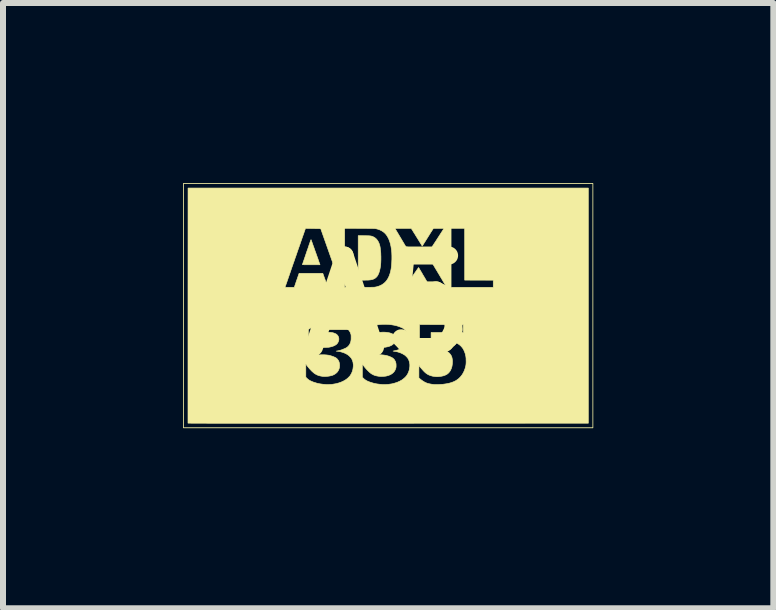
<source format=kicad_pcb>
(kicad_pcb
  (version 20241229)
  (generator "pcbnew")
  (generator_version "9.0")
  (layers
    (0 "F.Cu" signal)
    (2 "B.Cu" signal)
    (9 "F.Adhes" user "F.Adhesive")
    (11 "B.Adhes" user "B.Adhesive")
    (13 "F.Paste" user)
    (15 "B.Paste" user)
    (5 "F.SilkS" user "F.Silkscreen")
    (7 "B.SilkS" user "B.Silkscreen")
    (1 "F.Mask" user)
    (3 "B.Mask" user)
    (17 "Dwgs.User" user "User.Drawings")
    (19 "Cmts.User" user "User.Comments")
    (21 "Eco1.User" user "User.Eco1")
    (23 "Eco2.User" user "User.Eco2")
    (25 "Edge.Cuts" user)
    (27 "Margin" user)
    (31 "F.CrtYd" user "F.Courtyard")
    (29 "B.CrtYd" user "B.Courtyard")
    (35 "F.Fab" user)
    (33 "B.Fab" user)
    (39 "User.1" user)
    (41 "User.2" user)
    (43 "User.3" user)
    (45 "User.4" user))
  (footprint "A5"
    (layer "F.Cu")
    (at 3.416 2.042)
    (property "Reference" "A5" (at 0 0 0) (layer "F.SilkS") (effects (font (size 1.524 1.524) (thickness 0.3))))
    (attr through_hole)
    (fp_poly (pts (xy 3.413 2.037) (xy -3.411 2.037) (xy -3.411 -2.034) (xy -3.408 -2.034) (xy -3.408 2.034) (xy 3.411 2.034) (xy 3.411 -2.034) (xy -3.408 -2.034) (xy -3.411 -2.034) (xy -3.411 -2.037) (xy 3.413 -2.037) (xy 3.413 2.037)) (stroke (width 0.01) (type solid)) (fill yes) (layer "F.SilkS"))
    (fp_poly (pts (xy -1.283 -1.097) (xy -1.28 -1.09) (xy -1.277 -1.079) (xy -1.271 -1.065) (xy -1.265 -1.048) (xy -1.258 -1.028) (xy -1.25 -1.005) (xy -1.241 -0.981) (xy -1.232 -0.956) (xy -1.223 -0.929) (xy -1.213 -0.902) (xy -1.203 -0.875) (xy -1.194 -0.848) (xy -1.184 -0.821) (xy -1.175 -0.796) (xy -1.167 -0.773) (xy -1.159 -0.751) (xy -1.153 -0.732) (xy -1.147 -0.715) (xy -1.142 -0.702) (xy -1.139 -0.693) (xy -1.137 -0.687) (xy -1.137 -0.686) (xy -1.135 -0.681) (xy -1.281 -0.681) (xy -1.313 -0.681) (xy -1.34 -0.681) (xy -1.363 -0.681) (xy -1.381 -0.681) (xy -1.396 -0.681) (xy -1.408 -0.682) (xy -1.416 -0.682) (xy -1.422 -0.682) (xy -1.426 -0.683) (xy -1.427 -0.684) (xy -1.427 -0.684) (xy -1.427 -0.687) (xy -1.424 -0.694) (xy -1.421 -0.705) (xy -1.416 -0.719) (xy -1.41 -0.737) (xy -1.403 -0.757) (xy -1.395 -0.78) (xy -1.387 -0.804) (xy -1.378 -0.83) (xy -1.369 -0.857) (xy -1.36 -0.884) (xy -1.351 -0.911) (xy -1.341 -0.938) (xy -1.332 -0.964) (xy -1.324 -0.989) (xy -1.316 -1.013) (xy -1.308 -1.034) (xy -1.302 -1.053) (xy -1.296 -1.069) (xy -1.292 -1.081) (xy -1.289 -1.09) (xy -1.287 -1.094) (xy -1.285 -1.098) (xy -1.284 -1.099) (xy -1.283 -1.097)) (stroke (width 0.01) (type solid)) (fill yes) (layer "F.SilkS"))
    (fp_poly (pts (xy -0.399 -1.165) (xy -0.372 -1.165) (xy -0.348 -1.164) (xy -0.329 -1.164) (xy -0.313 -1.163) (xy -0.299 -1.162) (xy -0.288 -1.16) (xy -0.278 -1.158) (xy -0.269 -1.156) (xy -0.26 -1.152) (xy -0.25 -1.148) (xy -0.24 -1.143) (xy -0.239 -1.143) (xy -0.217 -1.129) (xy -0.196 -1.111) (xy -0.178 -1.089) (xy -0.162 -1.063) (xy -0.149 -1.034) (xy -0.139 -1.002) (xy -0.133 -0.976) (xy -0.129 -0.944) (xy -0.125 -0.911) (xy -0.122 -0.875) (xy -0.121 -0.836) (xy -0.12 -0.82) (xy -0.12 -0.764) (xy -0.122 -0.712) (xy -0.126 -0.664) (xy -0.133 -0.621) (xy -0.142 -0.582) (xy -0.153 -0.546) (xy -0.167 -0.515) (xy -0.168 -0.512) (xy -0.181 -0.491) (xy -0.198 -0.472) (xy -0.217 -0.456) (xy -0.234 -0.447) (xy -0.251 -0.439) (xy -0.269 -0.434) (xy -0.289 -0.43) (xy -0.313 -0.427) (xy -0.316 -0.427) (xy -0.325 -0.426) (xy -0.338 -0.425) (xy -0.353 -0.425) (xy -0.37 -0.425) (xy -0.389 -0.424) (xy -0.408 -0.424) (xy -0.427 -0.424) (xy -0.444 -0.424) (xy -0.461 -0.424) (xy -0.475 -0.425) (xy -0.486 -0.425) (xy -0.493 -0.425) (xy -0.496 -0.426) (xy -0.496 -0.429) (xy -0.496 -0.436) (xy -0.497 -0.448) (xy -0.497 -0.464) (xy -0.497 -0.484) (xy -0.497 -0.508) (xy -0.497 -0.535) (xy -0.497 -0.566) (xy -0.498 -0.599) (xy -0.498 -0.635) (xy -0.498 -0.672) (xy -0.498 -0.712) (xy -0.498 -0.754) (xy -0.498 -0.797) (xy -0.498 -1.166) (xy -0.399 -1.165)) (stroke (width 0.01) (type solid)) (fill yes) (layer "F.SilkS"))
    (fp_poly (pts (xy 3.336 1.959) (xy 0.002 1.96) (xy -0.16 1.96) (xy -0.317 1.96) (xy -0.47 1.96) (xy -0.617 1.96) (xy -0.759 1.96) (xy -0.897 1.96) (xy -1.03 1.96) (xy -1.159 1.96) (xy -1.283 1.96) (xy -1.402 1.96) (xy -1.517 1.96) (xy -1.628 1.96) (xy -1.735 1.96) (xy -1.837 1.96) (xy -1.936 1.96) (xy -2.03 1.96) (xy -2.12 1.96) (xy -2.207 1.96) (xy -2.289 1.96) (xy -2.368 1.96) (xy -2.443 1.96) (xy -2.515 1.96) (xy -2.583 1.96) (xy -2.647 1.96) (xy -2.708 1.96) (xy -2.766 1.96) (xy -2.821 1.96) (xy -2.872 1.96) (xy -2.92 1.96) (xy -2.965 1.96) (xy -3.007 1.96) (xy -3.047 1.959) (xy -3.083 1.959) (xy -3.116 1.959) (xy -3.147 1.959) (xy -3.175 1.959) (xy -3.201 1.959) (xy -3.224 1.959) (xy -3.245 1.959) (xy -3.263 1.959) (xy -3.279 1.959) (xy -3.293 1.958) (xy -3.305 1.958) (xy -3.314 1.958) (xy -3.322 1.958) (xy -3.328 1.958) (xy -3.331 1.958) (xy -3.333 1.958) (xy -3.334 1.958) (xy -3.334 1.955) (xy -3.334 1.947) (xy -3.334 1.935) (xy -3.334 1.918) (xy -3.334 1.896) (xy -3.334 1.87) (xy -3.334 1.839) (xy -3.334 1.804) (xy -3.334 1.765) (xy -3.334 1.722) (xy -3.334 1.676) (xy -3.334 1.625) (xy -3.334 1.571) (xy -3.334 1.514) (xy -3.334 1.453) (xy -3.334 1.389) (xy -3.334 1.321) (xy -3.334 1.251) (xy -3.334 1.178) (xy -3.334 1.102) (xy -3.334 1.081) (xy -1.371 1.081) (xy -1.371 1.192) (xy -1.352 1.211) (xy -1.338 1.224) (xy -1.323 1.236) (xy -1.307 1.246) (xy -1.289 1.255) (xy -1.269 1.264) (xy -1.244 1.274) (xy -1.228 1.279) (xy -1.183 1.293) (xy -1.135 1.303) (xy -1.085 1.31) (xy -1.035 1.314) (xy -0.986 1.314) (xy -0.938 1.312) (xy -0.919 1.309) (xy -0.871 1.301) (xy -0.825 1.289) (xy -0.782 1.274) (xy -0.743 1.256) (xy -0.707 1.235) (xy -0.707 1.235) (xy -0.693 1.225) (xy -0.678 1.213) (xy -0.663 1.2) (xy -0.65 1.186) (xy -0.638 1.174) (xy -0.63 1.163) (xy -0.611 1.131) (xy -0.596 1.096) (xy -0.586 1.058) (xy -0.581 1.019) (xy -0.58 1.008) (xy -0.58 0.975) (xy -0.581 0.97) (xy -0.429 0.97) (xy -0.429 1.192) (xy -0.415 1.207) (xy -0.399 1.222) (xy -0.383 1.235) (xy -0.365 1.246) (xy -0.345 1.257) (xy -0.321 1.267) (xy -0.294 1.277) (xy -0.284 1.28) (xy -0.237 1.294) (xy -0.187 1.304) (xy -0.133 1.311) (xy -0.098 1.314) (xy -0.086 1.314) (xy -0.07 1.314) (xy -0.053 1.314) (xy -0.034 1.314) (xy -0.016 1.313) (xy 0.001 1.312) (xy 0.014 1.311) (xy 0.015 1.31) (xy 0.064 1.303) (xy 0.11 1.291) (xy 0.153 1.277) (xy 0.193 1.259) (xy 0.229 1.239) (xy 0.261 1.215) (xy 0.274 1.203) (xy 0.513 1.203) (xy 0.529 1.218) (xy 0.542 1.229) (xy 0.558 1.241) (xy 0.575 1.253) (xy 0.594 1.265) (xy 0.611 1.275) (xy 0.625 1.282) (xy 0.652 1.293) (xy 0.683 1.301) (xy 0.717 1.308) (xy 0.754 1.313) (xy 0.763 1.314) (xy 0.773 1.314) (xy 0.787 1.315) (xy 0.805 1.315) (xy 0.824 1.314) (xy 0.844 1.314) (xy 0.865 1.313) (xy 0.884 1.312) (xy 0.902 1.311) (xy 0.916 1.31) (xy 0.922 1.309) (xy 0.971 1.302) (xy 1.016 1.293) (xy 1.058 1.281) (xy 1.096 1.266) (xy 1.13 1.249) (xy 1.146 1.238) (xy 1.177 1.215) (xy 1.205 1.187) (xy 1.23 1.156) (xy 1.251 1.122) (xy 1.269 1.085) (xy 1.283 1.046) (xy 1.294 1.004) (xy 1.298 0.977) (xy 1.299 0.962) (xy 1.3 0.944) (xy 1.3 0.923) (xy 1.299 0.902) (xy 1.299 0.881) (xy 1.297 0.862) (xy 1.295 0.846) (xy 1.294 0.841) (xy 1.285 0.801) (xy 1.272 0.765) (xy 1.257 0.732) (xy 1.238 0.702) (xy 1.237 0.701) (xy 1.213 0.674) (xy 1.186 0.65) (xy 1.155 0.63) (xy 1.12 0.613) (xy 1.082 0.6) (xy 1.04 0.59) (xy 1.015 0.586) (xy 0.995 0.584) (xy 0.973 0.582) (xy 0.947 0.581) (xy 0.921 0.58) (xy 0.894 0.58) (xy 0.869 0.58) (xy 0.846 0.581) (xy 0.84 0.581) (xy 0.825 0.583) (xy 0.809 0.584) (xy 0.791 0.587) (xy 0.774 0.589) (xy 0.757 0.592) (xy 0.742 0.594) (xy 0.729 0.596) (xy 0.721 0.598) (xy 0.721 0.598) (xy 0.719 0.598) (xy 0.718 0.598) (xy 0.718 0.595) (xy 0.717 0.591) (xy 0.717 0.584) (xy 0.716 0.574) (xy 0.716 0.56) (xy 0.716 0.543) (xy 0.716 0.523) (xy 0.716 0.447) (xy 1.252 0.447) (xy 1.252 0.382) (xy 1.251 0.316) (xy 0.887 0.316) (xy 0.523 0.315) (xy 0.523 0.792) (xy 0.535 0.786) (xy 0.553 0.778) (xy 0.575 0.769) (xy 0.599 0.761) (xy 0.625 0.753) (xy 0.65 0.745) (xy 0.674 0.739) (xy 0.695 0.735) (xy 0.699 0.734) (xy 0.747 0.728) (xy 0.793 0.725) (xy 0.836 0.725) (xy 0.875 0.728) (xy 0.912 0.735) (xy 0.945 0.745) (xy 0.975 0.759) (xy 1.001 0.775) (xy 1.021 0.792) (xy 1.038 0.812) (xy 1.052 0.834) (xy 1.062 0.858) (xy 1.068 0.885) (xy 1.072 0.915) (xy 1.072 0.933) (xy 1.07 0.972) (xy 1.065 1.008) (xy 1.056 1.041) (xy 1.043 1.071) (xy 1.028 1.097) (xy 1.009 1.12) (xy 0.987 1.139) (xy 0.974 1.147) (xy 0.952 1.158) (xy 0.925 1.168) (xy 0.896 1.175) (xy 0.865 1.18) (xy 0.834 1.183) (xy 0.803 1.183) (xy 0.781 1.181) (xy 0.744 1.176) (xy 0.711 1.167) (xy 0.681 1.156) (xy 0.653 1.141) (xy 0.63 1.125) (xy 0.617 1.114) (xy 0.601 1.099) (xy 0.585 1.082) (xy 0.568 1.063) (xy 0.551 1.044) (xy 0.536 1.025) (xy 0.523 1.007) (xy 0.516 0.997) (xy 0.516 0.996) (xy 0.515 0.999) (xy 0.514 1.004) (xy 0.514 1.012) (xy 0.514 1.024) (xy 0.513 1.04) (xy 0.513 1.059) (xy 0.513 1.084) (xy 0.513 1.098) (xy 0.513 1.203) (xy 0.274 1.203) (xy 0.282 1.197) (xy 0.306 1.17) (xy 0.325 1.141) (xy 0.34 1.109) (xy 0.352 1.074) (xy 0.359 1.037) (xy 0.362 1.009) (xy 0.362 0.981) (xy 0.358 0.952) (xy 0.351 0.924) (xy 0.341 0.898) (xy 0.331 0.88) (xy 0.32 0.866) (xy 0.307 0.851) (xy 0.292 0.837) (xy 0.277 0.824) (xy 0.273 0.822) (xy 0.249 0.807) (xy 0.221 0.793) (xy 0.191 0.781) (xy 0.158 0.771) (xy 0.126 0.764) (xy 0.104 0.761) (xy 0.093 0.759) (xy 0.086 0.758) (xy 0.083 0.757) (xy 0.084 0.757) (xy 0.088 0.756) (xy 0.126 0.748) (xy 0.162 0.738) (xy 0.198 0.725) (xy 0.228 0.711) (xy 0.242 0.704) (xy 0.253 0.698) (xy 0.261 0.692) (xy 0.269 0.686) (xy 0.276 0.678) (xy 0.293 0.659) (xy 0.305 0.638) (xy 0.315 0.613) (xy 0.322 0.585) (xy 0.325 0.562) (xy 0.327 0.53) (xy 0.326 0.5) (xy 0.32 0.474) (xy 0.311 0.448) (xy 0.308 0.442) (xy 0.302 0.431) (xy 0.295 0.42) (xy 0.285 0.409) (xy 0.278 0.402) (xy 0.268 0.392) (xy 0.259 0.385) (xy 0.25 0.379) (xy 0.24 0.373) (xy 0.228 0.367) (xy 0.189 0.351) (xy 0.147 0.337) (xy 0.101 0.326) (xy 0.053 0.318) (xy 0.004 0.313) (xy -0.046 0.311) (xy -0.096 0.312) (xy -0.146 0.316) (xy -0.195 0.323) (xy -0.241 0.333) (xy -0.25 0.336) (xy -0.278 0.344) (xy -0.301 0.352) (xy -0.322 0.36) (xy -0.34 0.368) (xy -0.357 0.378) (xy -0.369 0.385) (xy -0.386 0.397) (xy -0.386 0.565) (xy -0.371 0.551) (xy -0.342 0.525) (xy -0.311 0.503) (xy -0.278 0.484) (xy -0.242 0.469) (xy -0.213 0.459) (xy -0.181 0.452) (xy -0.148 0.447) (xy -0.113 0.443) (xy -0.079 0.442) (xy -0.045 0.443) (xy -0.012 0.447) (xy 0.018 0.452) (xy 0.045 0.46) (xy 0.065 0.467) (xy 0.084 0.479) (xy 0.098 0.493) (xy 0.11 0.51) (xy 0.117 0.528) (xy 0.121 0.548) (xy 0.12 0.568) (xy 0.117 0.589) (xy 0.109 0.608) (xy 0.097 0.627) (xy 0.082 0.644) (xy 0.073 0.651) (xy 0.052 0.664) (xy 0.027 0.675) (xy -0.002 0.684) (xy -0.036 0.691) (xy -0.041 0.692) (xy -0.056 0.694) (xy -0.075 0.695) (xy -0.097 0.697) (xy -0.12 0.697) (xy -0.142 0.698) (xy -0.164 0.698) (xy -0.182 0.697) (xy -0.191 0.697) (xy -0.218 0.694) (xy -0.218 0.759) (xy -0.218 0.779) (xy -0.218 0.794) (xy -0.218 0.805) (xy -0.218 0.813) (xy -0.217 0.818) (xy -0.216 0.821) (xy -0.215 0.822) (xy -0.214 0.822) (xy -0.21 0.821) (xy -0.202 0.82) (xy -0.191 0.82) (xy -0.178 0.819) (xy -0.168 0.819) (xy -0.119 0.819) (xy -0.074 0.823) (xy -0.031 0.83) (xy 0.01 0.842) (xy 0.049 0.858) (xy 0.051 0.859) (xy 0.073 0.871) (xy 0.091 0.885) (xy 0.105 0.901) (xy 0.116 0.92) (xy 0.117 0.922) (xy 0.125 0.938) (xy 0.129 0.954) (xy 0.132 0.969) (xy 0.133 0.987) (xy 0.133 0.997) (xy 0.133 1.016) (xy 0.131 1.033) (xy 0.127 1.048) (xy 0.121 1.063) (xy 0.117 1.073) (xy 0.103 1.097) (xy 0.084 1.118) (xy 0.062 1.136) (xy 0.036 1.151) (xy 0.007 1.163) (xy -0.026 1.172) (xy -0.041 1.175) (xy -0.083 1.179) (xy -0.124 1.18) (xy -0.163 1.176) (xy -0.2 1.169) (xy -0.235 1.158) (xy -0.266 1.142) (xy -0.279 1.135) (xy -0.293 1.124) (xy -0.309 1.111) (xy -0.326 1.095) (xy -0.345 1.076) (xy -0.363 1.057) (xy -0.38 1.037) (xy -0.396 1.018) (xy -0.409 1) (xy -0.414 0.992) (xy -0.429 0.97) (xy -0.581 0.97) (xy -0.585 0.943) (xy -0.594 0.913) (xy -0.607 0.886) (xy -0.607 0.884) (xy -0.615 0.873) (xy -0.627 0.86) (xy -0.64 0.846) (xy -0.654 0.833) (xy -0.668 0.822) (xy -0.675 0.817) (xy -0.699 0.803) (xy -0.726 0.79) (xy -0.756 0.779) (xy -0.787 0.77) (xy -0.817 0.763) (xy -0.843 0.76) (xy -0.865 0.758) (xy -0.852 0.756) (xy -0.817 0.749) (xy -0.779 0.738) (xy -0.741 0.723) (xy -0.707 0.708) (xy -0.683 0.694) (xy -0.663 0.676) (xy -0.646 0.655) (xy -0.632 0.629) (xy -0.622 0.601) (xy -0.622 0.598) (xy -0.62 0.588) (xy -0.618 0.579) (xy -0.617 0.569) (xy -0.616 0.556) (xy -0.616 0.541) (xy -0.616 0.532) (xy -0.616 0.516) (xy -0.616 0.503) (xy -0.617 0.493) (xy -0.618 0.485) (xy -0.619 0.478) (xy -0.622 0.471) (xy -0.622 0.47) (xy -0.631 0.446) (xy -0.643 0.425) (xy -0.657 0.407) (xy -0.675 0.39) (xy -0.697 0.376) (xy -0.723 0.362) (xy -0.754 0.35) (xy -0.755 0.349) (xy -0.801 0.335) (xy -0.85 0.324) (xy -0.901 0.316) (xy -0.954 0.312) (xy -1.007 0.311) (xy -1.061 0.314) (xy -1.113 0.319) (xy -1.164 0.329) (xy -1.189 0.335) (xy -1.224 0.345) (xy -1.254 0.356) (xy -1.28 0.367) (xy -1.298 0.377) (xy -1.306 0.382) (xy -1.313 0.386) (xy -1.318 0.39) (xy -1.322 0.394) (xy -1.324 0.398) (xy -1.326 0.404) (xy -1.328 0.413) (xy -1.328 0.423) (xy -1.328 0.437) (xy -1.328 0.455) (xy -1.328 0.477) (xy -1.328 0.482) (xy -1.328 0.507) (xy -1.328 0.527) (xy -1.328 0.544) (xy -1.327 0.555) (xy -1.326 0.562) (xy -1.326 0.564) (xy -1.323 0.562) (xy -1.323 0.561) (xy -1.321 0.559) (xy -1.316 0.554) (xy -1.309 0.547) (xy -1.299 0.539) (xy -1.289 0.53) (xy -1.279 0.521) (xy -1.269 0.513) (xy -1.26 0.507) (xy -1.255 0.503) (xy -1.241 0.495) (xy -1.223 0.486) (xy -1.204 0.477) (xy -1.184 0.469) (xy -1.166 0.463) (xy -1.165 0.462) (xy -1.143 0.456) (xy -1.123 0.451) (xy -1.102 0.448) (xy -1.08 0.445) (xy -1.056 0.444) (xy -1.027 0.444) (xy -1.025 0.444) (xy -0.995 0.444) (xy -0.969 0.445) (xy -0.947 0.447) (xy -0.927 0.45) (xy -0.909 0.455) (xy -0.892 0.461) (xy -0.88 0.466) (xy -0.862 0.475) (xy -0.849 0.487) (xy -0.838 0.5) (xy -0.831 0.512) (xy -0.823 0.533) (xy -0.82 0.555) (xy -0.822 0.578) (xy -0.83 0.601) (xy -0.835 0.612) (xy -0.847 0.631) (xy -0.863 0.647) (xy -0.885 0.661) (xy -0.91 0.673) (xy -0.94 0.683) (xy -0.974 0.691) (xy -0.993 0.694) (xy -1.002 0.695) (xy -1.014 0.695) (xy -1.03 0.696) (xy -1.047 0.697) (xy -1.065 0.697) (xy -1.084 0.697) (xy -1.102 0.697) (xy -1.119 0.697) (xy -1.133 0.697) (xy -1.144 0.696) (xy -1.152 0.695) (xy -1.154 0.695) (xy -1.161 0.693) (xy -1.161 0.758) (xy -1.161 0.778) (xy -1.161 0.794) (xy -1.16 0.805) (xy -1.16 0.813) (xy -1.159 0.818) (xy -1.159 0.821) (xy -1.158 0.822) (xy -1.156 0.822) (xy -1.153 0.821) (xy -1.145 0.821) (xy -1.133 0.82) (xy -1.12 0.819) (xy -1.105 0.819) (xy -1.062 0.819) (xy -1.022 0.822) (xy -0.985 0.827) (xy -0.949 0.837) (xy -0.913 0.849) (xy -0.911 0.85) (xy -0.893 0.858) (xy -0.878 0.865) (xy -0.866 0.872) (xy -0.856 0.88) (xy -0.846 0.89) (xy -0.845 0.892) (xy -0.829 0.912) (xy -0.818 0.935) (xy -0.811 0.962) (xy -0.808 0.99) (xy -0.808 0.995) (xy -0.81 1.026) (xy -0.817 1.054) (xy -0.828 1.079) (xy -0.843 1.103) (xy -0.863 1.123) (xy -0.887 1.141) (xy -0.905 1.151) (xy -0.927 1.161) (xy -0.954 1.168) (xy -0.982 1.174) (xy -1.013 1.178) (xy -1.043 1.18) (xy -1.073 1.18) (xy -1.088 1.179) (xy -1.124 1.173) (xy -1.157 1.165) (xy -1.187 1.153) (xy -1.216 1.137) (xy -1.222 1.133) (xy -1.236 1.123) (xy -1.252 1.109) (xy -1.27 1.093) (xy -1.288 1.074) (xy -1.307 1.054) (xy -1.324 1.034) (xy -1.34 1.014) (xy -1.354 0.995) (xy -1.357 0.991) (xy -1.362 0.982) (xy -1.367 0.975) (xy -1.37 0.971) (xy -1.37 0.97) (xy -1.371 0.973) (xy -1.371 0.979) (xy -1.371 0.99) (xy -1.371 1.005) (xy -1.371 1.022) (xy -1.371 1.042) (xy -1.371 1.064) (xy -1.371 1.081) (xy -3.334 1.081) (xy -3.334 1.024) (xy -3.334 0.943) (xy -3.334 0.859) (xy -3.334 0.774) (xy -3.334 0.686) (xy -3.334 0.596) (xy -3.334 0.504) (xy -3.334 0.411) (xy -3.334 0.316) (xy -3.334 0.219) (xy -3.334 0.121) (xy -3.334 0.022) (xy -3.334 -0.003) (xy -3.334 -0.305) (xy -0.724 -0.305) (xy -0.484 -0.305) (xy -0.442 -0.305) (xy -0.405 -0.305) (xy -0.372 -0.305) (xy -0.343 -0.305) (xy -0.318 -0.305) (xy -0.297 -0.305) (xy -0.279 -0.306) (xy -0.264 -0.306) (xy 0.109 -0.306) (xy 0.112 -0.306) (xy 0.119 -0.305) (xy 0.129 -0.305) (xy 0.144 -0.305) (xy 0.16 -0.305) (xy 0.179 -0.305) (xy 0.194 -0.305) (xy 0.278 -0.305) (xy 0.392 -0.47) (xy 0.41 -0.496) (xy 0.427 -0.52) (xy 0.443 -0.543) (xy 0.458 -0.564) (xy 0.471 -0.583) (xy 0.483 -0.6) (xy 0.493 -0.614) (xy 0.5 -0.624) (xy 0.505 -0.631) (xy 0.508 -0.635) (xy 0.508 -0.635) (xy 0.509 -0.633) (xy 0.513 -0.626) (xy 0.519 -0.617) (xy 0.527 -0.603) (xy 0.537 -0.587) (xy 0.548 -0.568) (xy 0.561 -0.547) (xy 0.574 -0.523) (xy 0.589 -0.498) (xy 0.605 -0.472) (xy 0.606 -0.47) (xy 0.702 -0.305) (xy 0.839 -0.305) (xy 0.865 -0.305) (xy 0.889 -0.305) (xy 0.911 -0.305) (xy 0.931 -0.305) (xy 0.947 -0.305) (xy 0.96 -0.306) (xy 0.97 -0.306) (xy 0.975 -0.306) (xy 0.975 -0.306) (xy 0.974 -0.309) (xy 0.97 -0.315) (xy 0.964 -0.325) (xy 0.956 -0.339) (xy 0.946 -0.356) (xy 0.934 -0.376) (xy 0.92 -0.399) (xy 0.905 -0.425) (xy 0.889 -0.452) (xy 0.871 -0.482) (xy 0.853 -0.513) (xy 0.833 -0.546) (xy 0.816 -0.575) (xy 0.795 -0.609) (xy 0.776 -0.641) (xy 0.757 -0.673) (xy 0.74 -0.702) (xy 0.723 -0.73) (xy 0.708 -0.755) (xy 0.694 -0.778) (xy 0.682 -0.798) (xy 0.672 -0.815) (xy 0.664 -0.829) (xy 0.658 -0.839) (xy 0.654 -0.845) (xy 0.653 -0.847) (xy 0.653 -0.848) (xy 0.654 -0.85) (xy 0.655 -0.854) (xy 0.657 -0.858) (xy 0.66 -0.864) (xy 0.665 -0.872) (xy 0.671 -0.882) (xy 0.679 -0.894) (xy 0.688 -0.909) (xy 0.699 -0.927) (xy 0.712 -0.947) (xy 0.728 -0.971) (xy 0.745 -0.999) (xy 0.765 -1.03) (xy 0.788 -1.065) (xy 0.791 -1.069) (xy 0.931 -1.286) (xy 0.845 -1.287) (xy 0.824 -1.287) (xy 0.805 -1.287) (xy 0.788 -1.287) (xy 0.774 -1.287) (xy 0.764 -1.287) (xy 0.757 -1.287) (xy 0.755 -1.287) (xy 0.754 -1.284) (xy 0.749 -1.278) (xy 0.743 -1.268) (xy 0.734 -1.255) (xy 0.724 -1.239) (xy 0.712 -1.221) (xy 0.699 -1.2) (xy 0.685 -1.177) (xy 0.67 -1.153) (xy 0.661 -1.139) (xy 0.646 -1.115) (xy 0.631 -1.091) (xy 0.618 -1.07) (xy 0.605 -1.05) (xy 0.594 -1.032) (xy 0.585 -1.018) (xy 0.578 -1.006) (xy 0.572 -0.998) (xy 0.57 -0.994) (xy 0.569 -0.993) (xy 0.567 -0.995) (xy 0.563 -1.001) (xy 0.557 -1.011) (xy 0.549 -1.024) (xy 0.539 -1.04) (xy 0.528 -1.058) (xy 0.515 -1.079) (xy 0.501 -1.102) (xy 0.486 -1.126) (xy 0.478 -1.139) (xy 0.462 -1.164) (xy 0.448 -1.188) (xy 0.434 -1.209) (xy 0.422 -1.229) (xy 0.411 -1.247) (xy 0.402 -1.262) (xy 0.394 -1.273) (xy 0.389 -1.281) (xy 0.386 -1.286) (xy 0.385 -1.287) (xy 0.382 -1.287) (xy 0.374 -1.287) (xy 0.363 -1.287) (xy 0.347 -1.287) (xy 0.329 -1.287) (xy 0.308 -1.287) (xy 0.284 -1.287) (xy 0.259 -1.287) (xy 0.249 -1.287) (xy 0.115 -1.286) (xy 0.266 -1.032) (xy 0.416 -0.779) (xy 0.412 -0.771) (xy 0.41 -0.768) (xy 0.405 -0.761) (xy 0.398 -0.75) (xy 0.389 -0.736) (xy 0.378 -0.718) (xy 0.365 -0.698) (xy 0.35 -0.676) (xy 0.334 -0.651) (xy 0.316 -0.624) (xy 0.298 -0.596) (xy 0.278 -0.566) (xy 0.258 -0.535) (xy 0.238 -0.504) (xy 0.219 -0.475) (xy 0.2 -0.447) (xy 0.183 -0.42) (xy 0.167 -0.396) (xy 0.153 -0.374) (xy 0.141 -0.355) (xy 0.13 -0.338) (xy 0.121 -0.325) (xy 0.115 -0.315) (xy 0.111 -0.308) (xy 0.109 -0.306) (xy 0.109 -0.306) (xy -0.264 -0.306) (xy -0.263 -0.306) (xy -0.251 -0.306) (xy -0.24 -0.307) (xy -0.232 -0.307) (xy -0.225 -0.308) (xy -0.22 -0.308) (xy -0.22 -0.308) (xy -0.18 -0.316) (xy -0.143 -0.329) (xy -0.109 -0.345) (xy -0.078 -0.365) (xy -0.05 -0.389) (xy -0.026 -0.416) (xy -0.005 -0.448) (xy 0.006 -0.468) (xy 0.02 -0.5) (xy 0.032 -0.535) (xy 0.042 -0.572) (xy 0.05 -0.612) (xy 0.056 -0.656) (xy 0.06 -0.704) (xy 0.062 -0.756) (xy 0.063 -0.771) (xy 0.063 -0.829) (xy 0.061 -0.883) (xy 0.056 -0.933) (xy 0.049 -0.98) (xy 0.04 -1.023) (xy 0.028 -1.064) (xy 0.014 -1.102) (xy 0.006 -1.12) (xy -0.012 -1.153) (xy -0.032 -1.183) (xy -0.055 -1.208) (xy -0.081 -1.23) (xy -0.11 -1.248) (xy -0.143 -1.264) (xy -0.18 -1.276) (xy -0.201 -1.281) (xy -0.205 -1.282) (xy -0.209 -1.282) (xy -0.213 -1.283) (xy -0.218 -1.284) (xy -0.224 -1.284) (xy -0.231 -1.285) (xy -0.24 -1.285) (xy -0.251 -1.285) (xy -0.264 -1.286) (xy -0.28 -1.286) (xy -0.298 -1.286) (xy -0.32 -1.286) (xy -0.346 -1.286) (xy -0.375 -1.287) (xy -0.408 -1.287) (xy -0.446 -1.287) (xy -0.474 -1.287) (xy -0.666 -1.288) (xy 1.049 -1.288) (xy 1.049 -0.305) (xy 1.752 -0.305) (xy 1.752 -0.424) (xy 1.276 -0.425) (xy 1.276 -0.857) (xy 1.275 -1.288) (xy 1.049 -1.288) (xy -0.666 -1.288) (xy -0.724 -1.288) (xy -0.724 -0.305) (xy -3.334 -0.305) (xy -3.334 -0.307) (xy -1.717 -0.307) (xy -1.714 -0.306) (xy -1.708 -0.306) (xy -1.697 -0.305) (xy -1.683 -0.305) (xy -1.666 -0.305) (xy -1.648 -0.305) (xy -1.64 -0.305) (xy -1.563 -0.305) (xy -1.533 -0.393) (xy -1.526 -0.415) (xy -1.518 -0.436) (xy -1.511 -0.456) (xy -1.505 -0.475) (xy -1.499 -0.491) (xy -1.495 -0.503) (xy -1.493 -0.51) (xy -1.483 -0.538) (xy -1.088 -0.538) (xy -1.047 -0.425) (xy -1.038 -0.402) (xy -1.031 -0.38) (xy -1.023 -0.361) (xy -1.017 -0.343) (xy -1.012 -0.329) (xy -1.007 -0.318) (xy -1.005 -0.311) (xy -1.003 -0.308) (xy -1.002 -0.307) (xy -0.997 -0.306) (xy -0.99 -0.306) (xy -0.979 -0.306) (xy -0.965 -0.305) (xy -0.946 -0.305) (xy -0.923 -0.305) (xy -0.896 -0.305) (xy -0.89 -0.305) (xy -0.778 -0.306) (xy -0.951 -0.796) (xy -1.124 -1.286) (xy -1.376 -1.288) (xy -1.384 -1.265) (xy -1.387 -1.257) (xy -1.391 -1.244) (xy -1.397 -1.228) (xy -1.404 -1.207) (xy -1.412 -1.184) (xy -1.422 -1.157) (xy -1.432 -1.128) (xy -1.443 -1.096) (xy -1.455 -1.062) (xy -1.467 -1.026) (xy -1.48 -0.989) (xy -1.494 -0.95) (xy -1.508 -0.91) (xy -1.522 -0.869) (xy -1.536 -0.828) (xy -1.551 -0.786) (xy -1.565 -0.744) (xy -1.58 -0.703) (xy -1.594 -0.662) (xy -1.608 -0.623) (xy -1.621 -0.584) (xy -1.634 -0.546) (xy -1.646 -0.511) (xy -1.658 -0.477) (xy -1.669 -0.445) (xy -1.679 -0.416) (xy -1.688 -0.39) (xy -1.696 -0.367) (xy -1.703 -0.347) (xy -1.709 -0.331) (xy -1.713 -0.319) (xy -1.716 -0.311) (xy -1.717 -0.307) (xy -1.717 -0.307) (xy -3.334 -0.307) (xy -3.333 -1.959) (xy 3.336 -1.959) (xy 3.336 1.959)) (stroke (width 0.01) (type solid)) (fill yes) (layer "F.SilkS")))
  (gr_rect
    (start -3 -3)
    (end 9.834 7.084)
    (stroke (width 0.1) (type default))
    (fill no)
    (layer "Edge.Cuts")))
</source>
